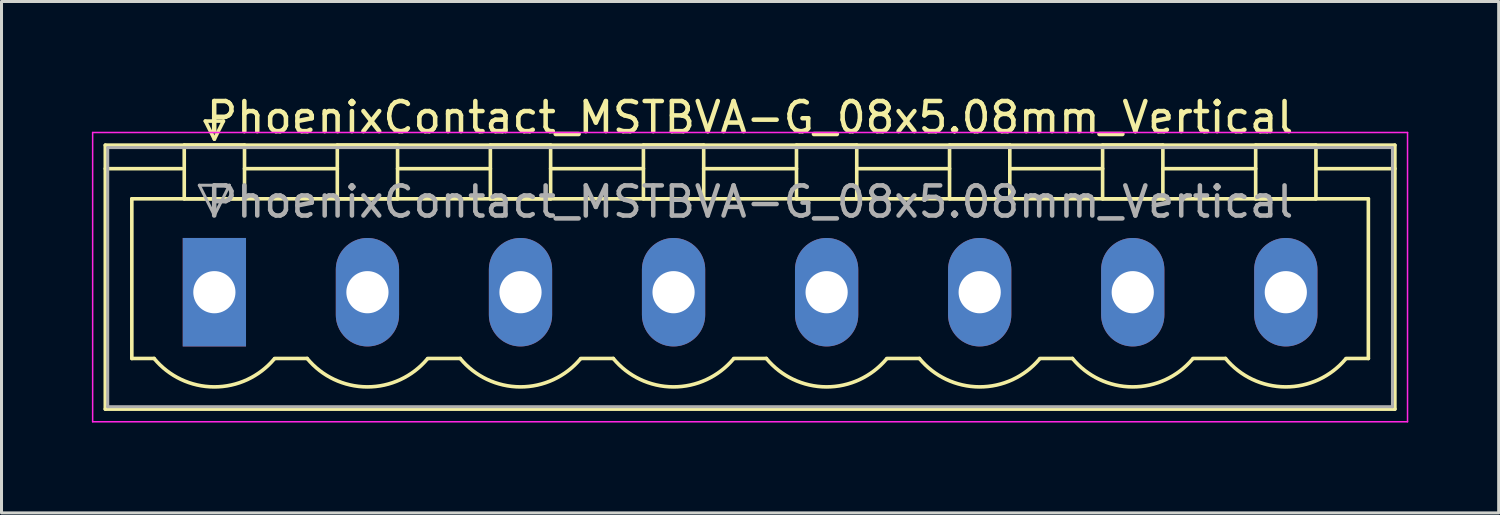
<source format=kicad_pcb>
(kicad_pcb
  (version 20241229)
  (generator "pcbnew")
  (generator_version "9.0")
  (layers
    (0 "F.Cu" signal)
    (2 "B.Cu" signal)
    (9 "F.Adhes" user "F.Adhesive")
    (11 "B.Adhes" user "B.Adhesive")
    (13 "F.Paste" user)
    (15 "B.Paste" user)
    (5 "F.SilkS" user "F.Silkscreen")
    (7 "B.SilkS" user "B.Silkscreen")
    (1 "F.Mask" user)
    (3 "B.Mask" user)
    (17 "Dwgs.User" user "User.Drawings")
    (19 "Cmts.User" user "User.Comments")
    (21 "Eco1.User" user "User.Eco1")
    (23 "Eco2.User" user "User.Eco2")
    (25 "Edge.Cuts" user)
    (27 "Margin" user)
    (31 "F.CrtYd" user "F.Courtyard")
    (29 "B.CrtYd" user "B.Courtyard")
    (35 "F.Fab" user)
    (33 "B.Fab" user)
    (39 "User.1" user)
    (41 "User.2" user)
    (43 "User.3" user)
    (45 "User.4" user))
  (footprint "PhoenixContact_MSTBVA-G_08x5.08mm_Vertical"
    (layer "F.Cu")
    (at 4.065 6.648)
    (property "Reference" "PhoenixContact_MSTBVA-G_08x5.08mm_Vertical" (at 17.78 -5.8 0) (layer "F.SilkS") (effects (font (size 1 1) (thickness 0.15))))
    (attr through_hole)
    (fp_line (start -3.62 -4.88) (end -3.62 3.88) (stroke (width 0.12) (type solid)) (layer "F.SilkS"))
    (fp_line (start -3.62 -4.1) (end -1.08 -4.1) (stroke (width 0.12) (type solid)) (layer "F.SilkS"))
    (fp_line (start -3.62 3.88) (end 39.18 3.88) (stroke (width 0.12) (type solid)) (layer "F.SilkS"))
    (fp_line (start -2.74 -3.1) (end 38.3 -3.1) (stroke (width 0.12) (type solid)) (layer "F.SilkS"))
    (fp_line (start -2.74 2.2) (end -2.74 -3.1) (stroke (width 0.12) (type solid)) (layer "F.SilkS"))
    (fp_line (start -2 2.2) (end -2.74 2.2) (stroke (width 0.12) (type solid)) (layer "F.SilkS"))
    (fp_line (start -1 -4.88) (end 1 -4.88) (stroke (width 0.12) (type solid)) (layer "F.SilkS"))
    (fp_line (start -1 -3.1) (end -1 -4.88) (stroke (width 0.12) (type solid)) (layer "F.SilkS"))
    (fp_line (start -0.3 -5.68) (end 0.3 -5.68) (stroke (width 0.12) (type solid)) (layer "F.SilkS"))
    (fp_line (start 0 -5.08) (end -0.3 -5.68) (stroke (width 0.12) (type solid)) (layer "F.SilkS"))
    (fp_line (start 0.3 -5.68) (end 0 -5.08) (stroke (width 0.12) (type solid)) (layer "F.SilkS"))
    (fp_line (start 1 -4.88) (end 1 -3.1) (stroke (width 0.12) (type solid)) (layer "F.SilkS"))
    (fp_line (start 1 -4.1) (end 4.08 -4.1) (stroke (width 0.12) (type solid)) (layer "F.SilkS"))
    (fp_line (start 1 -3.1) (end -1 -3.1) (stroke (width 0.12) (type solid)) (layer "F.SilkS"))
    (fp_line (start 2 2.2) (end 3.08 2.2) (stroke (width 0.12) (type solid)) (layer "F.SilkS"))
    (fp_line (start 4.08 -4.88) (end 6.08 -4.88) (stroke (width 0.12) (type solid)) (layer "F.SilkS"))
    (fp_line (start 4.08 -3.1) (end 4.08 -4.88) (stroke (width 0.12) (type solid)) (layer "F.SilkS"))
    (fp_line (start 6.08 -4.88) (end 6.08 -3.1) (stroke (width 0.12) (type solid)) (layer "F.SilkS"))
    (fp_line (start 6.08 -4.1) (end 9.16 -4.1) (stroke (width 0.12) (type solid)) (layer "F.SilkS"))
    (fp_line (start 6.08 -3.1) (end 4.08 -3.1) (stroke (width 0.12) (type solid)) (layer "F.SilkS"))
    (fp_line (start 7.08 2.2) (end 8.16 2.2) (stroke (width 0.12) (type solid)) (layer "F.SilkS"))
    (fp_line (start 9.16 -4.88) (end 11.16 -4.88) (stroke (width 0.12) (type solid)) (layer "F.SilkS"))
    (fp_line (start 9.16 -3.1) (end 9.16 -4.88) (stroke (width 0.12) (type solid)) (layer "F.SilkS"))
    (fp_line (start 11.16 -4.88) (end 11.16 -3.1) (stroke (width 0.12) (type solid)) (layer "F.SilkS"))
    (fp_line (start 11.16 -4.1) (end 14.24 -4.1) (stroke (width 0.12) (type solid)) (layer "F.SilkS"))
    (fp_line (start 11.16 -3.1) (end 9.16 -3.1) (stroke (width 0.12) (type solid)) (layer "F.SilkS"))
    (fp_line (start 12.16 2.2) (end 13.24 2.2) (stroke (width 0.12) (type solid)) (layer "F.SilkS"))
    (fp_line (start 14.24 -4.88) (end 16.24 -4.88) (stroke (width 0.12) (type solid)) (layer "F.SilkS"))
    (fp_line (start 14.24 -3.1) (end 14.24 -4.88) (stroke (width 0.12) (type solid)) (layer "F.SilkS"))
    (fp_line (start 16.24 -4.88) (end 16.24 -3.1) (stroke (width 0.12) (type solid)) (layer "F.SilkS"))
    (fp_line (start 16.24 -4.1) (end 19.32 -4.1) (stroke (width 0.12) (type solid)) (layer "F.SilkS"))
    (fp_line (start 16.24 -3.1) (end 14.24 -3.1) (stroke (width 0.12) (type solid)) (layer "F.SilkS"))
    (fp_line (start 17.24 2.2) (end 18.32 2.2) (stroke (width 0.12) (type solid)) (layer "F.SilkS"))
    (fp_line (start 19.32 -4.88) (end 21.32 -4.88) (stroke (width 0.12) (type solid)) (layer "F.SilkS"))
    (fp_line (start 19.32 -3.1) (end 19.32 -4.88) (stroke (width 0.12) (type solid)) (layer "F.SilkS"))
    (fp_line (start 21.32 -4.88) (end 21.32 -3.1) (stroke (width 0.12) (type solid)) (layer "F.SilkS"))
    (fp_line (start 21.32 -4.1) (end 24.4 -4.1) (stroke (width 0.12) (type solid)) (layer "F.SilkS"))
    (fp_line (start 21.32 -3.1) (end 19.32 -3.1) (stroke (width 0.12) (type solid)) (layer "F.SilkS"))
    (fp_line (start 22.32 2.2) (end 23.4 2.2) (stroke (width 0.12) (type solid)) (layer "F.SilkS"))
    (fp_line (start 24.4 -4.88) (end 26.4 -4.88) (stroke (width 0.12) (type solid)) (layer "F.SilkS"))
    (fp_line (start 24.4 -3.1) (end 24.4 -4.88) (stroke (width 0.12) (type solid)) (layer "F.SilkS"))
    (fp_line (start 26.4 -4.88) (end 26.4 -3.1) (stroke (width 0.12) (type solid)) (layer "F.SilkS"))
    (fp_line (start 26.4 -4.1) (end 29.48 -4.1) (stroke (width 0.12) (type solid)) (layer "F.SilkS"))
    (fp_line (start 26.4 -3.1) (end 24.4 -3.1) (stroke (width 0.12) (type solid)) (layer "F.SilkS"))
    (fp_line (start 27.4 2.2) (end 28.48 2.2) (stroke (width 0.12) (type solid)) (layer "F.SilkS"))
    (fp_line (start 29.48 -4.88) (end 31.48 -4.88) (stroke (width 0.12) (type solid)) (layer "F.SilkS"))
    (fp_line (start 29.48 -3.1) (end 29.48 -4.88) (stroke (width 0.12) (type solid)) (layer "F.SilkS"))
    (fp_line (start 31.48 -4.88) (end 31.48 -3.1) (stroke (width 0.12) (type solid)) (layer "F.SilkS"))
    (fp_line (start 31.48 -4.1) (end 34.56 -4.1) (stroke (width 0.12) (type solid)) (layer "F.SilkS"))
    (fp_line (start 31.48 -3.1) (end 29.48 -3.1) (stroke (width 0.12) (type solid)) (layer "F.SilkS"))
    (fp_line (start 32.48 2.2) (end 33.56 2.2) (stroke (width 0.12) (type solid)) (layer "F.SilkS"))
    (fp_line (start 34.56 -4.88) (end 36.56 -4.88) (stroke (width 0.12) (type solid)) (layer "F.SilkS"))
    (fp_line (start 34.56 -3.1) (end 34.56 -4.88) (stroke (width 0.12) (type solid)) (layer "F.SilkS"))
    (fp_line (start 36.56 -4.88) (end 36.56 -3.1) (stroke (width 0.12) (type solid)) (layer "F.SilkS"))
    (fp_line (start 36.56 -3.1) (end 34.56 -3.1) (stroke (width 0.12) (type solid)) (layer "F.SilkS"))
    (fp_line (start 38.3 -3.1) (end 38.3 2.2) (stroke (width 0.12) (type solid)) (layer "F.SilkS"))
    (fp_line (start 38.3 2.2) (end 37.56 2.2) (stroke (width 0.12) (type solid)) (layer "F.SilkS"))
    (fp_line (start 39.18 -4.88) (end -3.62 -4.88) (stroke (width 0.12) (type solid)) (layer "F.SilkS"))
    (fp_line (start 39.18 -4.1) (end 36.64 -4.1) (stroke (width 0.12) (type solid)) (layer "F.SilkS"))
    (fp_line (start 39.18 3.88) (end 39.18 -4.88) (stroke (width 0.12) (type solid)) (layer "F.SilkS"))
    (fp_arc (start 1.986842 2.215821) (mid -0.010289 3.142758) (end -2 2.2) (stroke (width 0.12) (type solid)) (layer "F.SilkS"))
    (fp_arc (start 7.066842 2.215821) (mid 5.069711 3.142758) (end 3.08 2.2) (stroke (width 0.12) (type solid)) (layer "F.SilkS"))
    (fp_arc (start 12.146842 2.215821) (mid 10.149711 3.142758) (end 8.16 2.2) (stroke (width 0.12) (type solid)) (layer "F.SilkS"))
    (fp_arc (start 17.226842 2.215821) (mid 15.229711 3.142758) (end 13.24 2.2) (stroke (width 0.12) (type solid)) (layer "F.SilkS"))
    (fp_arc (start 22.306842 2.215821) (mid 20.309711 3.142758) (end 18.32 2.2) (stroke (width 0.12) (type solid)) (layer "F.SilkS"))
    (fp_arc (start 27.386842 2.215821) (mid 25.389711 3.142758) (end 23.4 2.2) (stroke (width 0.12) (type solid)) (layer "F.SilkS"))
    (fp_arc (start 32.466842 2.215821) (mid 30.469711 3.142758) (end 28.48 2.2) (stroke (width 0.12) (type solid)) (layer "F.SilkS"))
    (fp_arc (start 37.546842 2.215821) (mid 35.549711 3.142758) (end 33.56 2.2) (stroke (width 0.12) (type solid)) (layer "F.SilkS"))
    (fp_line (start -4.04 -5.3) (end -4.04 4.3) (stroke (width 0.05) (type solid)) (layer "F.CrtYd"))
    (fp_line (start -4.04 4.3) (end 39.6 4.3) (stroke (width 0.05) (type solid)) (layer "F.CrtYd"))
    (fp_line (start 39.6 -5.3) (end -4.04 -5.3) (stroke (width 0.05) (type solid)) (layer "F.CrtYd"))
    (fp_line (start 39.6 4.3) (end 39.6 -5.3) (stroke (width 0.05) (type solid)) (layer "F.CrtYd"))
    (fp_line (start -3.54 -4.8) (end -3.54 3.8) (stroke (width 0.1) (type solid)) (layer "F.Fab"))
    (fp_line (start -3.54 3.8) (end 39.1 3.8) (stroke (width 0.1) (type solid)) (layer "F.Fab"))
    (fp_line (start -0.5 -3.55) (end 0.5 -3.55) (stroke (width 0.1) (type solid)) (layer "F.Fab"))
    (fp_line (start 0 -2.55) (end -0.5 -3.55) (stroke (width 0.1) (type solid)) (layer "F.Fab"))
    (fp_line (start 0.5 -3.55) (end 0 -2.55) (stroke (width 0.1) (type solid)) (layer "F.Fab"))
    (fp_line (start 39.1 -4.8) (end -3.54 -4.8) (stroke (width 0.1) (type solid)) (layer "F.Fab"))
    (fp_line (start 39.1 3.8) (end 39.1 -4.8) (stroke (width 0.1) (type solid)) (layer "F.Fab"))
    (fp_text user "${REFERENCE}" (at 17.78 -3 0) (layer "F.Fab") (effects (font (size 1 1) (thickness 0.15))))
    (pad "1" thru_hole rect (at 0 0) (size 2.1 3.6) (drill 1.4) (layers "*.Cu" "*.Mask"))
    (pad "2" thru_hole oval (at 5.08 0) (size 2.1 3.6) (drill 1.4) (layers "*.Cu" "*.Mask"))
    (pad "3" thru_hole oval (at 10.16 0) (size 2.1 3.6) (drill 1.4) (layers "*.Cu" "*.Mask"))
    (pad "4" thru_hole oval (at 15.24 0) (size 2.1 3.6) (drill 1.4) (layers "*.Cu" "*.Mask"))
    (pad "5" thru_hole oval (at 20.32 0) (size 2.1 3.6) (drill 1.4) (layers "*.Cu" "*.Mask"))
    (pad "6" thru_hole oval (at 25.4 0) (size 2.1 3.6) (drill 1.4) (layers "*.Cu" "*.Mask"))
    (pad "7" thru_hole oval (at 30.48 0) (size 2.1 3.6) (drill 1.4) (layers "*.Cu" "*.Mask"))
    (pad "8" thru_hole oval (at 35.56 0) (size 2.1 3.6) (drill 1.4) (layers "*.Cu" "*.Mask")))
  (gr_rect
    (start -3 -3)
    (end 46.69 13.973)
    (stroke (width 0.1) (type default))
    (fill no)
    (layer "Edge.Cuts")))
</source>
